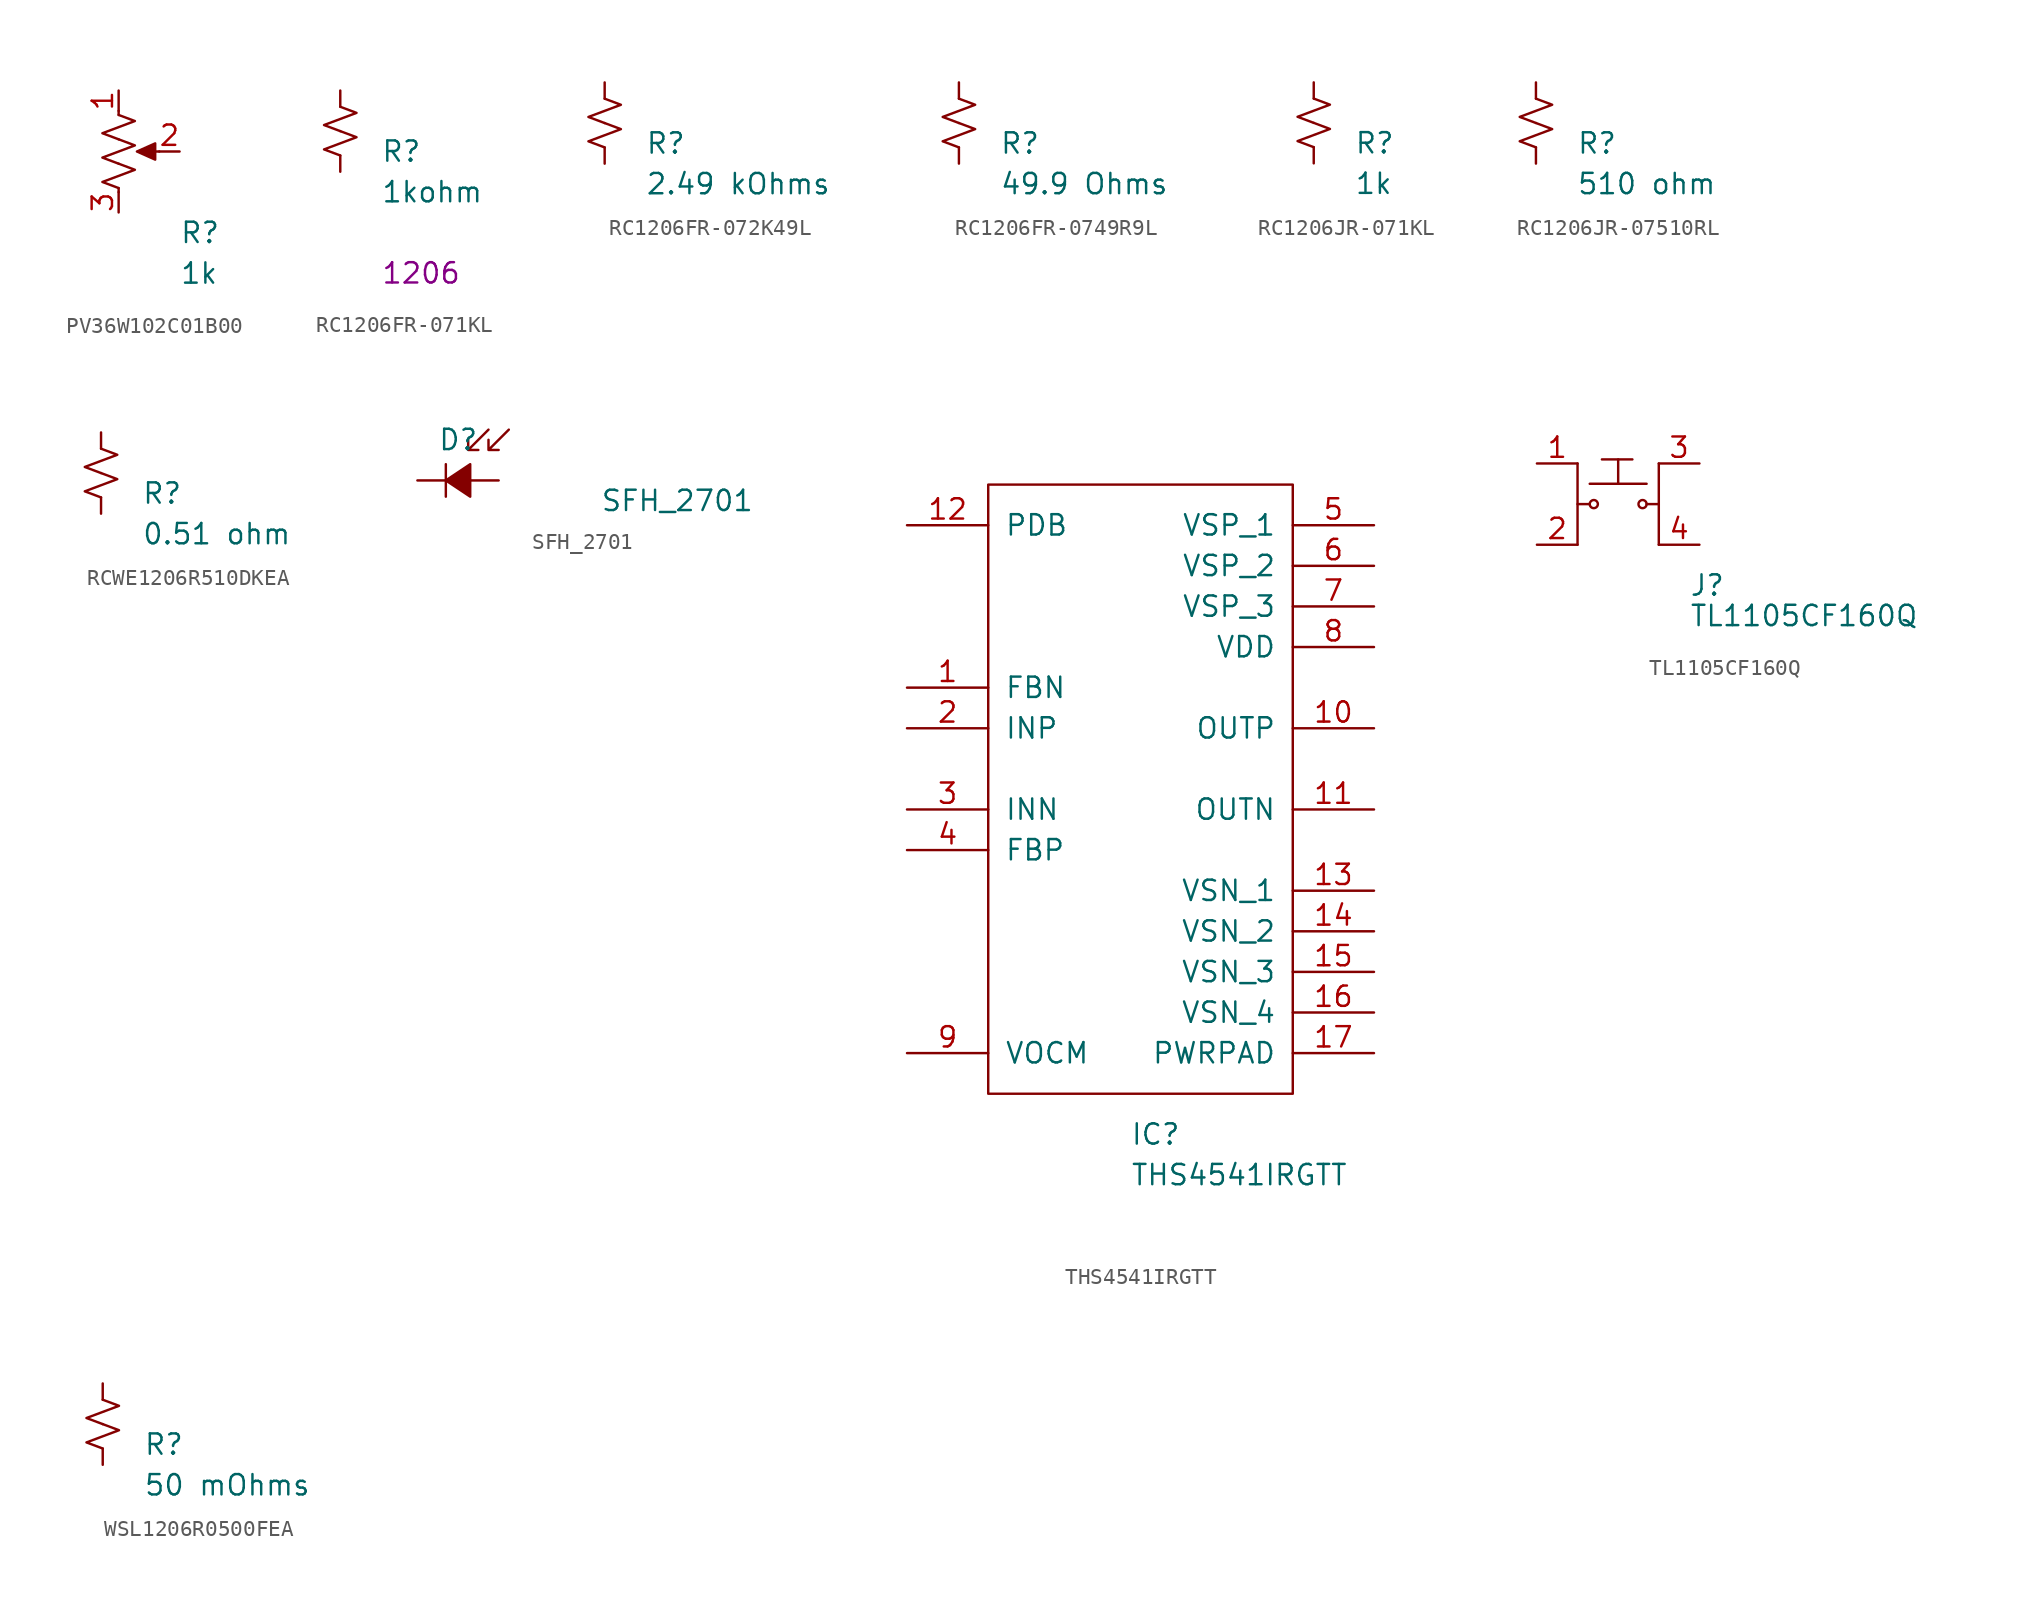
<source format=kicad_sym>
(kicad_symbol_lib
  (version 20210619)
  (generator kicad_symbol_editor)
  (symbol "PV36W102C01B00"
    (pin_names
      (offset 1.016))
    (property "Reference" "R"
      (at 3.81 -5.08 0)
      (effects (font (size 1.27 1.27)) (justify left)))
    (property "value" "1k"
      (at 3.81 -7.62 0)
      (effects (font (size 1.27 1.27)) (justify left)))
    (symbol "PV36W102C01B00_1_1"
      (polyline (pts (xy 0 -2.286) (xy 0 -2.54)) (stroke (width 0)) (fill (type none)))
      (polyline (pts (xy 0 2.54) (xy 0 2.286)) (stroke (width 0)) (fill (type none)))
      (polyline (pts (xy 2.54 0) (xy 1.524 0)) (stroke (width 0)) (fill (type none)))
      (polyline (pts (xy 0 -0.762) (xy 1.016 -1.143) (xy 0 -1.524) (xy -1.016 -1.905) (xy 0 -2.286)) (stroke (width 0)) (fill (type none)))
      (polyline (pts (xy 0 0.762) (xy 1.016 0.381) (xy 0 0) (xy -1.016 -0.381) (xy 0 -0.762)) (stroke (width 0)) (fill (type none)))
      (polyline (pts (xy 0 2.286) (xy 1.016 1.905) (xy 0 1.524) (xy -1.016 1.143) (xy 0 0.762)) (stroke (width 0)) (fill (type none)))
      (polyline (pts (xy 1.143 0) (xy 2.286 0.508) (xy 2.286 -0.508) (xy 1.143 0)) (stroke (width 0)) (fill (type outline)))
      (pin passive line (at 0 3.81 270) (length 1.27) (name "~" (effects (font (size 1.27 1.27)))) (number "1" (effects (font (size 1.27 1.27)))))
      (pin passive line (at 3.81 0 180) (length 1.27) (name "~" (effects (font (size 1.27 1.27)))) (number "2" (effects (font (size 1.27 1.27)))))
      (pin passive line (at 0 -3.81 90) (length 1.27) (name "~" (effects (font (size 1.27 1.27)))) (number "3" (effects (font (size 1.27 1.27)))))))
  (symbol "RC1206FR-071KL"
    (pin_numbers hide)
    (pin_names
      (offset 0.254) hide)
    (property "Reference" "R"
      (at 2.54 -1.27 0)
      (effects (font (size 1.27 1.27)) (justify left)))
    (property "Value" "RC1206FR-071KL"
      (at 2.032 1.524 0)
      (effects (font (size 1.27 1.27)) (justify left)))
    (property "value" "1kohm"
      (at 2.54 -3.81 0)
      (effects (font (size 1.27 1.27)) (justify left)))
    (property "Chip Set" "1206"
      (at 2.54 -8.89 0)
      (effects (font (size 1.27 1.27)) (justify left)))
    (symbol "RC1206FR-071KL_1_1"
      (polyline (pts (xy 0 0) (xy 1.016 -0.381) (xy 0 -0.762) (xy -1.016 -1.143) (xy 0 -1.524)) (stroke (width 0)) (fill (type none)))
      (polyline (pts (xy 0 1.524) (xy 1.016 1.143) (xy 0 0.762) (xy -1.016 0.381) (xy 0 0)) (stroke (width 0)) (fill (type none)))
      (pin passive line (at 0 2.54 270) (length 1.016) (name "~" (effects (font (size 1.27 1.27)))) (number "1" (effects (font (size 1.27 1.27)))))
      (pin passive line (at 0 -2.54 90) (length 1.016) (name "~" (effects (font (size 1.27 1.27)))) (number "2" (effects (font (size 1.27 1.27)))))))
  (symbol "RC1206FR-072K49L"
    (pin_numbers hide)
    (pin_names
      (offset 0.254) hide)
    (property "Reference" "R"
      (at 2.54 -1.27 0)
      (effects (font (size 1.27 1.27)) (justify left)))
    (property "value" "2.49 kOhms"
      (at 2.54 -3.81 0)
      (effects (font (size 1.27 1.27)) (justify left)))
    (symbol "RC1206FR-072K49L_1_1"
      (polyline (pts (xy 0 0) (xy 1.016 -0.381) (xy 0 -0.762) (xy -1.016 -1.143) (xy 0 -1.524)) (stroke (width 0)) (fill (type none)))
      (polyline (pts (xy 0 1.524) (xy 1.016 1.143) (xy 0 0.762) (xy -1.016 0.381) (xy 0 0)) (stroke (width 0)) (fill (type none)))
      (pin passive line (at 0 2.54 270) (length 1.016) (name "~" (effects (font (size 1.27 1.27)))) (number "1" (effects (font (size 1.27 1.27)))))
      (pin passive line (at 0 -2.54 90) (length 1.016) (name "~" (effects (font (size 1.27 1.27)))) (number "2" (effects (font (size 1.27 1.27)))))))
  (symbol "RC1206FR-0749R9L"
    (pin_numbers hide)
    (pin_names
      (offset 0.254) hide)
    (property "Reference" "R"
      (at 2.54 -1.27 0)
      (effects (font (size 1.27 1.27)) (justify left)))
    (property "value" "49.9 Ohms"
      (at 2.54 -3.81 0)
      (effects (font (size 1.27 1.27)) (justify left)))
    (symbol "RC1206FR-0749R9L_1_1"
      (polyline (pts (xy 0 0) (xy 1.016 -0.381) (xy 0 -0.762) (xy -1.016 -1.143) (xy 0 -1.524)) (stroke (width 0)) (fill (type none)))
      (polyline (pts (xy 0 1.524) (xy 1.016 1.143) (xy 0 0.762) (xy -1.016 0.381) (xy 0 0)) (stroke (width 0)) (fill (type none)))
      (pin passive line (at 0 2.54 270) (length 1.016) (name "~" (effects (font (size 1.27 1.27)))) (number "1" (effects (font (size 1.27 1.27)))))
      (pin passive line (at 0 -2.54 90) (length 1.016) (name "~" (effects (font (size 1.27 1.27)))) (number "2" (effects (font (size 1.27 1.27)))))))
  (symbol "RC1206JR-071KL"
    (pin_numbers hide)
    (pin_names
      (offset 0.254) hide)
    (property "Reference" "R"
      (at 2.54 -1.27 0)
      (effects (font (size 1.27 1.27)) (justify left)))
    (property "value" "1k"
      (at 2.54 -3.81 0)
      (effects (font (size 1.27 1.27)) (justify left)))
    (symbol "RC1206JR-071KL_1_1"
      (polyline (pts (xy 0 0) (xy 1.016 -0.381) (xy 0 -0.762) (xy -1.016 -1.143) (xy 0 -1.524)) (stroke (width 0)) (fill (type none)))
      (polyline (pts (xy 0 1.524) (xy 1.016 1.143) (xy 0 0.762) (xy -1.016 0.381) (xy 0 0)) (stroke (width 0)) (fill (type none)))
      (pin passive line (at 0 2.54 270) (length 1.016) (name "~" (effects (font (size 1.27 1.27)))) (number "1" (effects (font (size 1.27 1.27)))))
      (pin passive line (at 0 -2.54 90) (length 1.016) (name "~" (effects (font (size 1.27 1.27)))) (number "2" (effects (font (size 1.27 1.27)))))))
  (symbol "RC1206JR-07510RL"
    (pin_numbers hide)
    (pin_names
      (offset 0.254) hide)
    (property "Reference" "R"
      (at 2.54 -1.27 0)
      (effects (font (size 1.27 1.27)) (justify left)))
    (property "value" "510 ohm"
      (at 2.54 -3.81 0)
      (effects (font (size 1.27 1.27)) (justify left)))
    (symbol "RC1206JR-07510RL_1_1"
      (polyline (pts (xy 0 0) (xy 1.016 -0.381) (xy 0 -0.762) (xy -1.016 -1.143) (xy 0 -1.524)) (stroke (width 0)) (fill (type none)))
      (polyline (pts (xy 0 1.524) (xy 1.016 1.143) (xy 0 0.762) (xy -1.016 0.381) (xy 0 0)) (stroke (width 0)) (fill (type none)))
      (pin passive line (at 0 2.54 270) (length 1.016) (name "~" (effects (font (size 1.27 1.27)))) (number "1" (effects (font (size 1.27 1.27)))))
      (pin passive line (at 0 -2.54 90) (length 1.016) (name "~" (effects (font (size 1.27 1.27)))) (number "2" (effects (font (size 1.27 1.27)))))))
  (symbol "RCWE1206R510DKEA"
    (pin_numbers hide)
    (pin_names
      (offset 0.254) hide)
    (property "Reference" "R"
      (at 2.54 -1.27 0)
      (effects (font (size 1.27 1.27)) (justify left)))
    (property "value" "0.51 ohm"
      (at 2.54 -3.81 0)
      (effects (font (size 1.27 1.27)) (justify left)))
    (symbol "RCWE1206R510DKEA_1_1"
      (polyline (pts (xy 0 0) (xy 1.016 -0.381) (xy 0 -0.762) (xy -1.016 -1.143) (xy 0 -1.524)) (stroke (width 0)) (fill (type none)))
      (polyline (pts (xy 0 1.524) (xy 1.016 1.143) (xy 0 0.762) (xy -1.016 0.381) (xy 0 0)) (stroke (width 0)) (fill (type none)))
      (pin passive line (at 0 2.54 270) (length 1.016) (name "~" (effects (font (size 1.27 1.27)))) (number "1" (effects (font (size 1.27 1.27)))))
      (pin passive line (at 0 -2.54 90) (length 1.016) (name "~" (effects (font (size 1.27 1.27)))) (number "2" (effects (font (size 1.27 1.27)))))))
  (symbol "SFH_2701"
    (pin_numbers hide)
    (pin_names
      (offset 0.254) hide)
    (property "Reference" "D"
      (at -1.27 2.54 0)
      (effects (font (size 1.27 1.27)) (justify left)))
    (property "Value" "SFH_2701"
      (at 8.89 -1.27 0)
      (effects (font (size 1.27 1.27)) (justify left)))
    (symbol "SFH_2701_0_1"
      (polyline (pts (xy -0.762 -1.016) (xy -0.762 1.016)) (stroke (width 0)) (fill (type none)))
      (polyline (pts (xy -0.762 0) (xy 0.762 0)) (stroke (width 0)) (fill (type none)))
      (polyline (pts (xy 0.762 -1.016) (xy -0.762 0) (xy 0.762 1.016) (xy 0.762 -1.016)) (stroke (width 0)) (fill (type outline))))
    (symbol "SFH_2701_1_1"
      (polyline (pts (xy 0.635 1.905) (xy 1.27 1.905) (xy 0.635 1.905) (xy 0.635 2.54) (xy 0.635 1.905) (xy 1.905 3.175)) (stroke (width 0)) (fill (type none)))
      (polyline (pts (xy 1.905 1.905) (xy 1.905 2.54) (xy 1.905 1.905) (xy 2.54 1.905) (xy 1.905 1.905) (xy 3.175 3.175)) (stroke (width 0)) (fill (type none)))
      (pin passive line (at -2.54 0 0) (length 1.778) (name "K" (effects (font (size 1.27 1.27)))) (number "1" (effects (font (size 1.27 1.27)))))
      (pin passive line (at 2.54 0 180) (length 1.778) (name "A" (effects (font (size 1.27 1.27)))) (number "2" (effects (font (size 1.27 1.27)))))))
  (symbol "THS4541IRGTT"
    (pin_names
      (offset 1.016))
    (property "Reference" "IC"
      (at 1.27 -22.86 0)
      (effects (font (size 1.27 1.27)) (justify left)))
    (property "Value" "THS4541IRGTT"
      (at 1.27 -25.4 0)
      (effects (font (size 1.27 1.27)) (justify left)))
    (symbol "THS4541IRGTT_0_1"
      (rectangle (start 11.43 -20.32) (end -7.62 17.78) (stroke (width 0)) (fill (type none))))
    (symbol "THS4541IRGTT_1_1"
      (pin input line (at -12.7 5.08 0) (length 5.08) (name "FBN" (effects (font (size 1.27 1.27)))) (number "1" (effects (font (size 1.27 1.27)))))
      (pin output line (at 16.51 2.54 180) (length 5.08) (name "OUTP" (effects (font (size 1.27 1.27)))) (number "10" (effects (font (size 1.27 1.27)))))
      (pin output line (at 16.51 -2.54 180) (length 5.08) (name "OUTN" (effects (font (size 1.27 1.27)))) (number "11" (effects (font (size 1.27 1.27)))))
      (pin input line (at -12.7 15.24 0) (length 5.08) (name "PDB" (effects (font (size 1.27 1.27)))) (number "12" (effects (font (size 1.27 1.27)))))
      (pin power_in line (at 16.51 -7.62 180) (length 5.08) (name "VSN_1" (effects (font (size 1.27 1.27)))) (number "13" (effects (font (size 1.27 1.27)))))
      (pin power_in line (at 16.51 -10.16 180) (length 5.08) (name "VSN_2" (effects (font (size 1.27 1.27)))) (number "14" (effects (font (size 1.27 1.27)))))
      (pin power_in line (at 16.51 -12.7 180) (length 5.08) (name "VSN_3" (effects (font (size 1.27 1.27)))) (number "15" (effects (font (size 1.27 1.27)))))
      (pin power_in line (at 16.51 -15.24 180) (length 5.08) (name "VSN_4" (effects (font (size 1.27 1.27)))) (number "16" (effects (font (size 1.27 1.27)))))
      (pin power_in line (at 16.51 -17.78 180) (length 5.08) (name "PWRPAD" (effects (font (size 1.27 1.27)))) (number "17" (effects (font (size 1.27 1.27)))))
      (pin input line (at -12.7 2.54 0) (length 5.08) (name "INP" (effects (font (size 1.27 1.27)))) (number "2" (effects (font (size 1.27 1.27)))))
      (pin input line (at -12.7 -2.54 0) (length 5.08) (name "INN" (effects (font (size 1.27 1.27)))) (number "3" (effects (font (size 1.27 1.27)))))
      (pin input line (at -12.7 -5.08 0) (length 5.08) (name "FBP" (effects (font (size 1.27 1.27)))) (number "4" (effects (font (size 1.27 1.27)))))
      (pin power_in line (at 16.51 15.24 180) (length 5.08) (name "VSP_1" (effects (font (size 1.27 1.27)))) (number "5" (effects (font (size 1.27 1.27)))))
      (pin power_in line (at 16.51 12.7 180) (length 5.08) (name "VSP_2" (effects (font (size 1.27 1.27)))) (number "6" (effects (font (size 1.27 1.27)))))
      (pin power_in line (at 16.51 10.16 180) (length 5.08) (name "VSP_3" (effects (font (size 1.27 1.27)))) (number "7" (effects (font (size 1.27 1.27)))))
      (pin power_in line (at 16.51 7.62 180) (length 5.08) (name "VDD" (effects (font (size 1.27 1.27)))) (number "8" (effects (font (size 1.27 1.27)))))
      (pin input line (at -12.7 -17.78 0) (length 5.08) (name "VOCM" (effects (font (size 1.27 1.27)))) (number "9" (effects (font (size 1.27 1.27)))))))
  (symbol "TL1105CF160Q"
    (pin_names
      (offset 1.016) hide)
    (property "Reference" "J"
      (at 4.445 -6.35 0)
      (effects (font (size 1.27 1.27)) (justify left)))
    (property "Value" "TL1105CF160Q"
      (at 4.445 -8.255 0)
      (effects (font (size 1.27 1.27)) (justify left)))
    (symbol "TL1105CF160Q_1_1"
      (circle (center -1.524 -1.27) (radius 0.254) (stroke (width 0)) (fill (type none)))
      (circle (center 1.524 -1.27) (radius 0.254) (stroke (width 0)) (fill (type none)))
      (polyline (pts (xy -2.54 1.27) (xy -2.54 -3.81)) (stroke (width 0)) (fill (type none)))
      (polyline (pts (xy -1.778 -1.27) (xy -2.54 -1.27)) (stroke (width 0)) (fill (type none)))
      (polyline (pts (xy -1.778 0) (xy 1.778 0)) (stroke (width 0)) (fill (type none)))
      (polyline (pts (xy -1.016 1.524) (xy 0.889 1.524)) (stroke (width 0)) (fill (type none)))
      (polyline (pts (xy 0 1.524) (xy 0 0)) (stroke (width 0)) (fill (type none)))
      (polyline (pts (xy 2.54 -3.81) (xy 2.54 1.27)) (stroke (width 0)) (fill (type none)))
      (polyline (pts (xy 2.54 -1.27) (xy 1.778 -1.27)) (stroke (width 0)) (fill (type none)))
      (pin passive line (at -5.08 1.27 0) (length 2.54) (name "~" (effects (font (size 1.27 1.27)))) (number "1" (effects (font (size 1.27 1.27)))))
      (pin passive line (at -5.08 -3.81 0) (length 2.54) (name "~" (effects (font (size 1.27 1.27)))) (number "2" (effects (font (size 1.27 1.27)))))
      (pin passive line (at 5.08 1.27 180) (length 2.54) (name "~" (effects (font (size 1.27 1.27)))) (number "3" (effects (font (size 1.27 1.27)))))
      (pin passive line (at 5.08 -3.81 180) (length 2.54) (name "~" (effects (font (size 1.27 1.27)))) (number "4" (effects (font (size 1.27 1.27)))))))
  (symbol "WSL1206R0500FEA"
    (pin_numbers hide)
    (pin_names
      (offset 0.254) hide)
    (property "Reference" "R"
      (at 2.54 -1.27 0)
      (effects (font (size 1.27 1.27)) (justify left)))
    (property "value" "50 mOhms"
      (at 2.54 -3.81 0)
      (effects (font (size 1.27 1.27)) (justify left)))
    (symbol "WSL1206R0500FEA_1_1"
      (polyline (pts (xy 0 0) (xy 1.016 -0.381) (xy 0 -0.762) (xy -1.016 -1.143) (xy 0 -1.524)) (stroke (width 0)) (fill (type none)))
      (polyline (pts (xy 0 1.524) (xy 1.016 1.143) (xy 0 0.762) (xy -1.016 0.381) (xy 0 0)) (stroke (width 0)) (fill (type none)))
      (pin passive line (at 0 2.54 270) (length 1.016) (name "~" (effects (font (size 1.27 1.27)))) (number "1" (effects (font (size 1.27 1.27)))))
      (pin passive line (at 0 -2.54 90) (length 1.016) (name "~" (effects (font (size 1.27 1.27)))) (number "2" (effects (font (size 1.27 1.27))))))))
</source>
